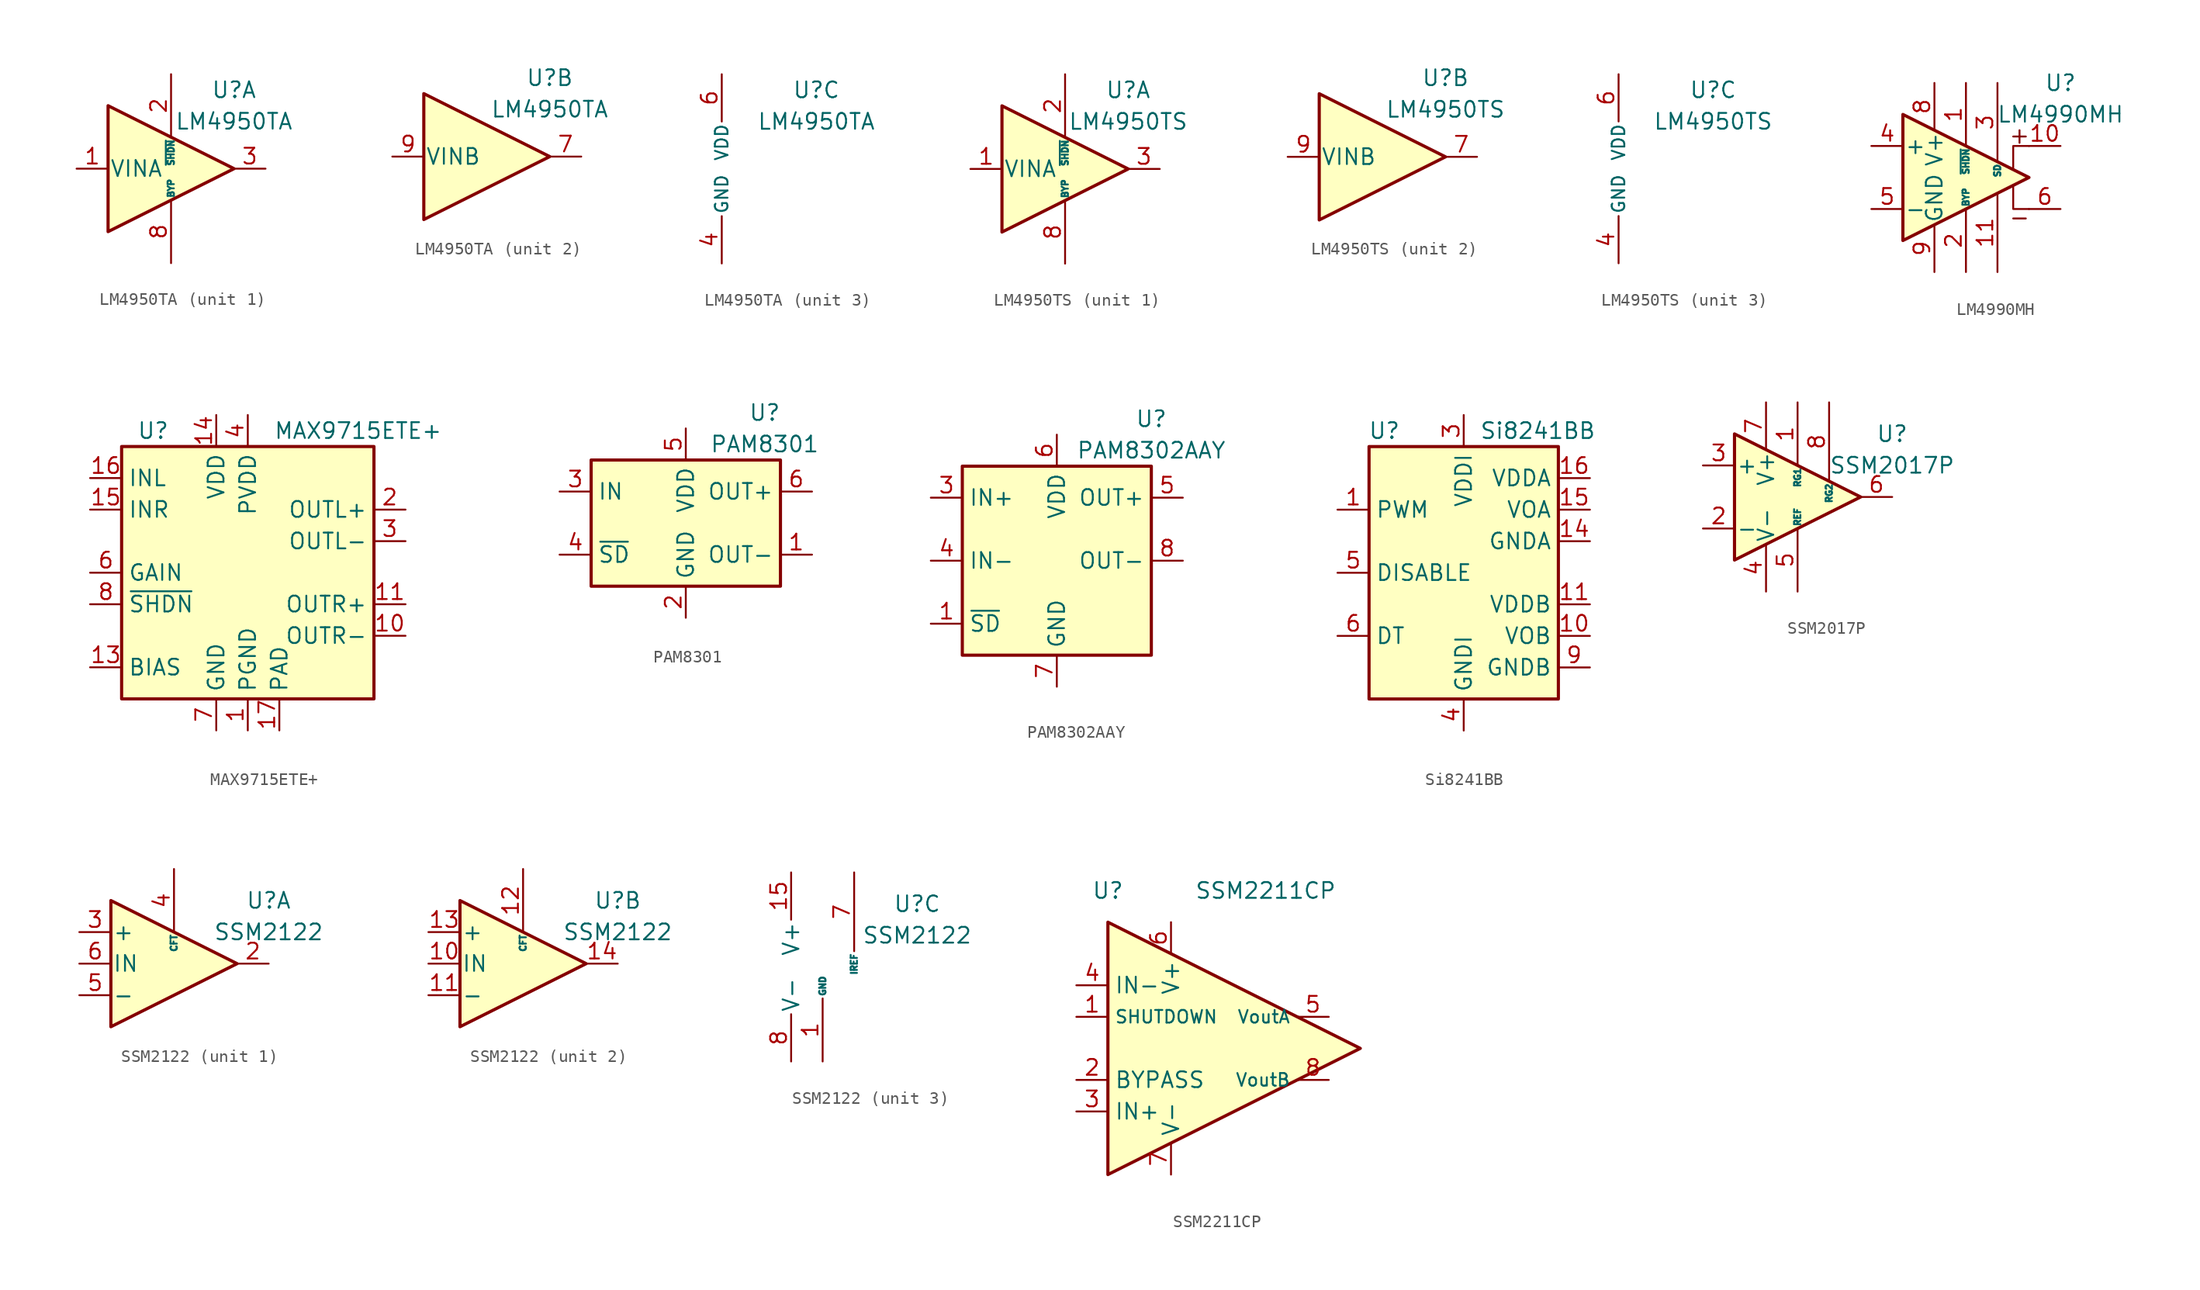
<source format=kicad_sym>
(kicad_symbol_lib
  (version 20211014)
  (generator kicad_symbol_editor)
  (symbol "LM4950TA"
    (pin_names
      (offset 0.127))
    (property "Reference" "U"
      (at 5.08 6.35 0)
      (effects (font (size 1.27 1.27))))
    (property "Value" "LM4950TA"
      (at 5.08 3.81 0)
      (effects (font (size 1.27 1.27))))
    (property "ki_locked" ""
      (at 0 0 0)
      (effects (font (size 1.27 1.27))))
    (symbol "LM4950TA_1_1"
      (polyline (pts (xy -5.08 5.08) (xy 5.08 0) (xy -5.08 -5.08) (xy -5.08 5.08)) (stroke (width 0.254) (type default) (color 0 0 0 0)) (fill (type background)))
      (pin input line (at -7.62 0 0) (length 2.54) (name "VINA" (effects (font (size 1.27 1.27)))) (number "1" (effects (font (size 1.27 1.27)))))
      (pin input line (at 0 7.62 270) (length 5.08) (name "~{SHDN}" (effects (font (size 0.508 0.508)))) (number "2" (effects (font (size 1.27 1.27)))))
      (pin output line (at 7.62 0 180) (length 2.54) (name "~" (effects (font (size 1.27 1.27)))) (number "3" (effects (font (size 1.27 1.27)))))
      (pin passive line (at 0 -7.62 90) (length 5.08) (name "BYP" (effects (font (size 0.508 0.508)))) (number "8" (effects (font (size 1.27 1.27))))))
    (symbol "LM4950TA_2_1"
      (polyline (pts (xy -5.08 5.08) (xy 5.08 0) (xy -5.08 -5.08) (xy -5.08 5.08)) (stroke (width 0.254) (type default) (color 0 0 0 0)) (fill (type background)))
      (pin output line (at 7.62 0 180) (length 2.54) (name "~" (effects (font (size 1.27 1.27)))) (number "7" (effects (font (size 1.27 1.27)))))
      (pin input line (at -7.62 0 0) (length 2.54) (name "VINB" (effects (font (size 1.27 1.27)))) (number "9" (effects (font (size 1.27 1.27))))))
    (symbol "LM4950TA_3_1"
      (pin power_in line (at -2.54 -7.62 90) (length 3.81) (name "GND" (effects (font (size 1.016 1.016)))) (number "4" (effects (font (size 1.27 1.27)))))
      (pin passive line (at -2.54 -7.62 90) (length 3.81) hide (name "GND" (effects (font (size 1.016 1.016)))) (number "5" (effects (font (size 1.27 1.27)))))
      (pin power_in line (at -2.54 7.62 270) (length 3.81) (name "VDD" (effects (font (size 1.016 1.016)))) (number "6" (effects (font (size 1.27 1.27)))))))
  (symbol "LM4950TS"
    (pin_names
      (offset 0.127))
    (property "Reference" "U"
      (at 5.08 6.35 0)
      (effects (font (size 1.27 1.27))))
    (property "Value" "LM4950TS"
      (at 5.08 3.81 0)
      (effects (font (size 1.27 1.27))))
    (property "ki_locked" ""
      (at 0 0 0)
      (effects (font (size 1.27 1.27))))
    (symbol "LM4950TS_1_1"
      (polyline (pts (xy -5.08 5.08) (xy 5.08 0) (xy -5.08 -5.08) (xy -5.08 5.08)) (stroke (width 0.254) (type default) (color 0 0 0 0)) (fill (type background)))
      (pin input line (at -7.62 0 0) (length 2.54) (name "VINA" (effects (font (size 1.27 1.27)))) (number "1" (effects (font (size 1.27 1.27)))))
      (pin input line (at 0 7.62 270) (length 5.08) (name "~{SHDN}" (effects (font (size 0.508 0.508)))) (number "2" (effects (font (size 1.27 1.27)))))
      (pin output line (at 7.62 0 180) (length 2.54) (name "~" (effects (font (size 1.27 1.27)))) (number "3" (effects (font (size 1.27 1.27)))))
      (pin passive line (at 0 -7.62 90) (length 5.08) (name "BYP" (effects (font (size 0.508 0.508)))) (number "8" (effects (font (size 1.27 1.27))))))
    (symbol "LM4950TS_2_1"
      (polyline (pts (xy -5.08 5.08) (xy 5.08 0) (xy -5.08 -5.08) (xy -5.08 5.08)) (stroke (width 0.254) (type default) (color 0 0 0 0)) (fill (type background)))
      (pin output line (at 7.62 0 180) (length 2.54) (name "~" (effects (font (size 1.27 1.27)))) (number "7" (effects (font (size 1.27 1.27)))))
      (pin input line (at -7.62 0 0) (length 2.54) (name "VINB" (effects (font (size 1.27 1.27)))) (number "9" (effects (font (size 1.27 1.27))))))
    (symbol "LM4950TS_3_1"
      (pin power_in line (at -2.54 -7.62 90) (length 3.81) (name "GND" (effects (font (size 1.016 1.016)))) (number "4" (effects (font (size 1.27 1.27)))))
      (pin passive line (at -2.54 -7.62 90) (length 3.81) hide (name "GND" (effects (font (size 1.016 1.016)))) (number "5" (effects (font (size 1.27 1.27)))))
      (pin power_in line (at -2.54 7.62 270) (length 3.81) (name "VDD" (effects (font (size 1.016 1.016)))) (number "6" (effects (font (size 1.27 1.27)))))))
  (symbol "LM4990MH"
    (pin_names
      (offset 0.127))
    (property "Reference" "U"
      (at 7.62 7.62 0)
      (effects (font (size 1.27 1.27))))
    (property "Value" "LM4990MH"
      (at 7.62 5.08 0)
      (effects (font (size 1.27 1.27))))
    (symbol "LM4990MH_0_1"
      (polyline (pts (xy 3.81 -0.635) (xy 3.81 -2.54) (xy 5.08 -2.54)) (stroke (width 0) (type default) (color 0 0 0 0)) (fill (type none)))
      (polyline (pts (xy 5.08 2.54) (xy 3.81 2.54) (xy 3.81 0.635)) (stroke (width 0) (type default) (color 0 0 0 0)) (fill (type none)))
      (polyline (pts (xy -5.08 5.08) (xy 5.08 0) (xy -5.08 -5.08) (xy -5.08 5.08)) (stroke (width 0.254) (type default) (color 0 0 0 0)) (fill (type background))))
    (symbol "LM4990MH_1_1"
      (polyline (pts (xy 3.81 -3.302) (xy 4.826 -3.302)) (stroke (width 0) (type default) (color 0 0 0 0)) (fill (type none)))
      (polyline (pts (xy 4.318 3.81) (xy 4.318 2.794)) (stroke (width 0) (type default) (color 0 0 0 0)) (fill (type none)))
      (polyline (pts (xy 4.826 3.302) (xy 3.81 3.302)) (stroke (width 0) (type default) (color 0 0 0 0)) (fill (type none)))
      (pin output line (at 0 7.62 270) (length 5.08) (name "~{SHDN}" (effects (font (size 0.508 0.508)))) (number "1" (effects (font (size 1.27 1.27)))))
      (pin output line (at 7.62 2.54 180) (length 2.54) (name "~" (effects (font (size 1.27 1.27)))) (number "10" (effects (font (size 1.27 1.27)))))
      (pin power_in line (at 2.54 -7.62 90) (length 6.35) (name "~" (effects (font (size 1.27 1.27)))) (number "11" (effects (font (size 1.27 1.27)))))
      (pin input line (at 0 -7.62 90) (length 5.08) (name "BYP" (effects (font (size 0.508 0.508)))) (number "2" (effects (font (size 1.27 1.27)))))
      (pin input line (at 2.54 7.62 270) (length 6.35) (name "SD" (effects (font (size 0.508 0.508)))) (number "3" (effects (font (size 1.27 1.27)))))
      (pin input line (at -7.62 2.54 0) (length 2.54) (name "+" (effects (font (size 1.27 1.27)))) (number "4" (effects (font (size 1.27 1.27)))))
      (pin input line (at -7.62 -2.54 0) (length 2.54) (name "-" (effects (font (size 1.27 1.27)))) (number "5" (effects (font (size 1.27 1.27)))))
      (pin output line (at 7.62 -2.54 180) (length 2.54) (name "~" (effects (font (size 1.27 1.27)))) (number "6" (effects (font (size 1.27 1.27)))))
      (pin no_connect line (at 0 2.54 270) (length 2.54) hide (name "NC" (effects (font (size 1.27 1.27)))) (number "7" (effects (font (size 1.27 1.27)))))
      (pin power_in line (at -2.54 7.62 270) (length 3.81) (name "V+" (effects (font (size 1.27 1.27)))) (number "8" (effects (font (size 1.27 1.27)))))
      (pin power_in line (at -2.54 -7.62 90) (length 3.81) (name "GND" (effects (font (size 1.27 1.27)))) (number "9" (effects (font (size 1.27 1.27)))))))
  (symbol "MAX9715ETE+"
    (property "Reference" "U"
      (at -7.62 11.43 0)
      (effects (font (size 1.27 1.27))))
    (property "Value" "MAX9715ETE+"
      (at 8.89 11.43 0)
      (effects (font (size 1.27 1.27))))
    (symbol "MAX9715ETE+_0_1"
      (rectangle (start -10.16 10.16) (end 10.16 -10.16) (stroke (width 0.254) (type default) (color 0 0 0 0)) (fill (type background))))
    (symbol "MAX9715ETE+_1_1"
      (pin power_in line (at 0 -12.7 90) (length 2.54) (name "PGND" (effects (font (size 1.27 1.27)))) (number "1" (effects (font (size 1.27 1.27)))))
      (pin output line (at 12.7 -5.08 180) (length 2.54) (name "OUTR-" (effects (font (size 1.27 1.27)))) (number "10" (effects (font (size 1.27 1.27)))))
      (pin output line (at 12.7 -2.54 180) (length 2.54) (name "OUTR+" (effects (font (size 1.27 1.27)))) (number "11" (effects (font (size 1.27 1.27)))))
      (pin passive line (at 0 -12.7 90) (length 2.54) hide (name "PGND" (effects (font (size 1.27 1.27)))) (number "12" (effects (font (size 1.27 1.27)))))
      (pin passive line (at -12.7 -7.62 0) (length 2.54) (name "BIAS" (effects (font (size 1.27 1.27)))) (number "13" (effects (font (size 1.27 1.27)))))
      (pin power_in line (at -2.54 12.7 270) (length 2.54) (name "VDD" (effects (font (size 1.27 1.27)))) (number "14" (effects (font (size 1.27 1.27)))))
      (pin input line (at -12.7 5.08 0) (length 2.54) (name "INR" (effects (font (size 1.27 1.27)))) (number "15" (effects (font (size 1.27 1.27)))))
      (pin input line (at -12.7 7.62 0) (length 2.54) (name "INL" (effects (font (size 1.27 1.27)))) (number "16" (effects (font (size 1.27 1.27)))))
      (pin passive line (at 2.54 -12.7 90) (length 2.54) (name "PAD" (effects (font (size 1.27 1.27)))) (number "17" (effects (font (size 1.27 1.27)))))
      (pin output line (at 12.7 5.08 180) (length 2.54) (name "OUTL+" (effects (font (size 1.27 1.27)))) (number "2" (effects (font (size 1.27 1.27)))))
      (pin output line (at 12.7 2.54 180) (length 2.54) (name "OUTL-" (effects (font (size 1.27 1.27)))) (number "3" (effects (font (size 1.27 1.27)))))
      (pin power_in line (at 0 12.7 270) (length 2.54) (name "PVDD" (effects (font (size 1.27 1.27)))) (number "4" (effects (font (size 1.27 1.27)))))
      (pin no_connect line (at 12.7 0 180) (length 2.54) hide (name "NC" (effects (font (size 1.27 1.27)))) (number "5" (effects (font (size 1.27 1.27)))))
      (pin input line (at -12.7 0 0) (length 2.54) (name "GAIN" (effects (font (size 1.27 1.27)))) (number "6" (effects (font (size 1.27 1.27)))))
      (pin power_in line (at -2.54 -12.7 90) (length 2.54) (name "GND" (effects (font (size 1.27 1.27)))) (number "7" (effects (font (size 1.27 1.27)))))
      (pin input line (at -12.7 -2.54 0) (length 2.54) (name "~{SHDN}" (effects (font (size 1.27 1.27)))) (number "8" (effects (font (size 1.27 1.27)))))
      (pin passive line (at 0 12.7 270) (length 2.54) hide (name "PVDD" (effects (font (size 1.27 1.27)))) (number "9" (effects (font (size 1.27 1.27)))))))
  (symbol "PAM8301"
    (property "Reference" "U"
      (at 6.35 8.89 0)
      (effects (font (size 1.27 1.27))))
    (property "Value" "PAM8301"
      (at 6.35 6.35 0)
      (effects (font (size 1.27 1.27))))
    (symbol "PAM8301_0_1"
      (rectangle (start -7.62 5.08) (end 7.62 -5.08) (stroke (width 0.254) (type default) (color 0 0 0 0)) (fill (type background))))
    (symbol "PAM8301_1_1"
      (pin output line (at 10.16 -2.54 180) (length 2.54) (name "OUT-" (effects (font (size 1.27 1.27)))) (number "1" (effects (font (size 1.27 1.27)))))
      (pin power_in line (at 0 -7.62 90) (length 2.54) (name "GND" (effects (font (size 1.27 1.27)))) (number "2" (effects (font (size 1.27 1.27)))))
      (pin input line (at -10.16 2.54 0) (length 2.54) (name "IN" (effects (font (size 1.27 1.27)))) (number "3" (effects (font (size 1.27 1.27)))))
      (pin input line (at -10.16 -2.54 0) (length 2.54) (name "~{SD}" (effects (font (size 1.27 1.27)))) (number "4" (effects (font (size 1.27 1.27)))))
      (pin power_in line (at 0 7.62 270) (length 2.54) (name "VDD" (effects (font (size 1.27 1.27)))) (number "5" (effects (font (size 1.27 1.27)))))
      (pin output line (at 10.16 2.54 180) (length 2.54) (name "OUT+" (effects (font (size 1.27 1.27)))) (number "6" (effects (font (size 1.27 1.27)))))))
  (symbol "PAM8302AAY"
    (property "Reference" "U"
      (at 7.62 11.43 0)
      (effects (font (size 1.27 1.27))))
    (property "Value" "PAM8302AAY"
      (at 7.62 8.89 0)
      (effects (font (size 1.27 1.27))))
    (symbol "PAM8302AAY_0_1"
      (rectangle (start -7.62 7.62) (end 7.62 -7.62) (stroke (width 0.254) (type default) (color 0 0 0 0)) (fill (type background))))
    (symbol "PAM8302AAY_1_1"
      (pin input line (at -10.16 -5.08 0) (length 2.54) (name "~{SD}" (effects (font (size 1.27 1.27)))) (number "1" (effects (font (size 1.27 1.27)))))
      (pin no_connect line (at 7.62 -5.08 180) (length 2.54) hide (name "NC" (effects (font (size 1.27 1.27)))) (number "2" (effects (font (size 1.27 1.27)))))
      (pin input line (at -10.16 5.08 0) (length 2.54) (name "IN+" (effects (font (size 1.27 1.27)))) (number "3" (effects (font (size 1.27 1.27)))))
      (pin input line (at -10.16 0 0) (length 2.54) (name "IN-" (effects (font (size 1.27 1.27)))) (number "4" (effects (font (size 1.27 1.27)))))
      (pin output line (at 10.16 5.08 180) (length 2.54) (name "OUT+" (effects (font (size 1.27 1.27)))) (number "5" (effects (font (size 1.27 1.27)))))
      (pin power_in line (at 0 10.16 270) (length 2.54) (name "VDD" (effects (font (size 1.27 1.27)))) (number "6" (effects (font (size 1.27 1.27)))))
      (pin power_in line (at 0 -10.16 90) (length 2.54) (name "GND" (effects (font (size 1.27 1.27)))) (number "7" (effects (font (size 1.27 1.27)))))
      (pin output line (at 10.16 0 180) (length 2.54) (name "OUT-" (effects (font (size 1.27 1.27)))) (number "8" (effects (font (size 1.27 1.27)))))))
  (symbol "Si8241BB"
    (property "Reference" "U"
      (at -5.08 11.43 0)
      (effects (font (size 1.27 1.27)) (justify right)))
    (property "Value" "Si8241BB"
      (at 1.27 11.43 0)
      (effects (font (size 1.27 1.27)) (justify left)))
    (symbol "Si8241BB_0_1"
      (rectangle (start -7.62 10.16) (end 7.62 -10.16) (stroke (width 0.254) (type default) (color 0 0 0 0)) (fill (type background))))
    (symbol "Si8241BB_1_1"
      (pin input line (at -10.16 5.08 0) (length 2.54) (name "PWM" (effects (font (size 1.27 1.27)))) (number "1" (effects (font (size 1.27 1.27)))))
      (pin output line (at 10.16 -5.08 180) (length 2.54) (name "VOB" (effects (font (size 1.27 1.27)))) (number "10" (effects (font (size 1.27 1.27)))))
      (pin power_in line (at 10.16 -2.54 180) (length 2.54) (name "VDDB" (effects (font (size 1.27 1.27)))) (number "11" (effects (font (size 1.27 1.27)))))
      (pin no_connect line (at -7.62 -2.54 0) (length 2.54) hide (name "NC" (effects (font (size 1.27 1.27)))) (number "12" (effects (font (size 1.27 1.27)))))
      (pin no_connect line (at -7.62 -7.62 0) (length 2.54) hide (name "NC" (effects (font (size 1.27 1.27)))) (number "13" (effects (font (size 1.27 1.27)))))
      (pin power_in line (at 10.16 2.54 180) (length 2.54) (name "GNDA" (effects (font (size 1.27 1.27)))) (number "14" (effects (font (size 1.27 1.27)))))
      (pin output line (at 10.16 5.08 180) (length 2.54) (name "VOA" (effects (font (size 1.27 1.27)))) (number "15" (effects (font (size 1.27 1.27)))))
      (pin power_in line (at 10.16 7.62 180) (length 2.54) (name "VDDA" (effects (font (size 1.27 1.27)))) (number "16" (effects (font (size 1.27 1.27)))))
      (pin no_connect line (at -7.62 7.62 0) (length 2.54) hide (name "NC" (effects (font (size 1.27 1.27)))) (number "2" (effects (font (size 1.27 1.27)))))
      (pin power_in line (at 0 12.7 270) (length 2.54) (name "VDDI" (effects (font (size 1.27 1.27)))) (number "3" (effects (font (size 1.27 1.27)))))
      (pin power_in line (at 0 -12.7 90) (length 2.54) (name "GNDI" (effects (font (size 1.27 1.27)))) (number "4" (effects (font (size 1.27 1.27)))))
      (pin input line (at -10.16 0 0) (length 2.54) (name "DISABLE" (effects (font (size 1.27 1.27)))) (number "5" (effects (font (size 1.27 1.27)))))
      (pin passive line (at -10.16 -5.08 0) (length 2.54) (name "DT" (effects (font (size 1.27 1.27)))) (number "6" (effects (font (size 1.27 1.27)))))
      (pin no_connect line (at -7.62 2.54 0) (length 2.54) hide (name "NC" (effects (font (size 1.27 1.27)))) (number "7" (effects (font (size 1.27 1.27)))))
      (pin passive line (at 0 12.7 270) (length 2.54) hide (name "VDDI" (effects (font (size 1.27 1.27)))) (number "8" (effects (font (size 1.27 1.27)))))
      (pin power_in line (at 10.16 -7.62 180) (length 2.54) (name "GNDB" (effects (font (size 1.27 1.27)))) (number "9" (effects (font (size 1.27 1.27)))))))
  (symbol "SSM2017P"
    (pin_names
      (offset 0.127))
    (property "Reference" "U"
      (at 7.62 5.08 0)
      (effects (font (size 1.27 1.27))))
    (property "Value" "SSM2017P"
      (at 7.62 2.54 0)
      (effects (font (size 1.27 1.27))))
    (symbol "SSM2017P_0_1"
      (polyline (pts (xy -5.08 5.08) (xy 5.08 0) (xy -5.08 -5.08) (xy -5.08 5.08)) (stroke (width 0.254) (type default) (color 0 0 0 0)) (fill (type background))))
    (symbol "SSM2017P_1_1"
      (pin input line (at 0 7.62 270) (length 5.08) (name "RG1" (effects (font (size 0.508 0.508)))) (number "1" (effects (font (size 1.27 1.27)))))
      (pin input line (at -7.62 -2.54 0) (length 2.54) (name "-" (effects (font (size 1.27 1.27)))) (number "2" (effects (font (size 1.27 1.27)))))
      (pin input line (at -7.62 2.54 0) (length 2.54) (name "+" (effects (font (size 1.27 1.27)))) (number "3" (effects (font (size 1.27 1.27)))))
      (pin power_in line (at -2.54 -7.62 90) (length 3.81) (name "V-" (effects (font (size 1.27 1.27)))) (number "4" (effects (font (size 1.27 1.27)))))
      (pin input line (at 0 -7.62 90) (length 5.08) (name "REF" (effects (font (size 0.508 0.508)))) (number "5" (effects (font (size 1.27 1.27)))))
      (pin output line (at 7.62 0 180) (length 2.54) (name "~" (effects (font (size 1.27 1.27)))) (number "6" (effects (font (size 1.27 1.27)))))
      (pin power_in line (at -2.54 7.62 270) (length 3.81) (name "V+" (effects (font (size 1.27 1.27)))) (number "7" (effects (font (size 1.27 1.27)))))
      (pin input line (at 2.54 7.62 270) (length 6.35) (name "RG2" (effects (font (size 0.508 0.508)))) (number "8" (effects (font (size 1.27 1.27)))))))
  (symbol "SSM2122"
    (pin_names
      (offset 0.127))
    (property "Reference" "U"
      (at 7.62 5.08 0)
      (effects (font (size 1.27 1.27))))
    (property "Value" "SSM2122"
      (at 7.62 2.54 0)
      (effects (font (size 1.27 1.27))))
    (property "ki_locked" ""
      (at 0 0 0)
      (effects (font (size 1.27 1.27))))
    (symbol "SSM2122_1_1"
      (polyline (pts (xy -5.08 5.08) (xy 5.08 0) (xy -5.08 -5.08) (xy -5.08 5.08)) (stroke (width 0.254) (type default) (color 0 0 0 0)) (fill (type background)))
      (pin output line (at 7.62 0 180) (length 2.54) (name "~" (effects (font (size 1.27 1.27)))) (number "2" (effects (font (size 1.27 1.27)))))
      (pin input line (at -7.62 2.54 0) (length 2.54) (name "+" (effects (font (size 1.27 1.27)))) (number "3" (effects (font (size 1.27 1.27)))))
      (pin input line (at 0 7.62 270) (length 5.08) (name "CFT" (effects (font (size 0.508 0.508)))) (number "4" (effects (font (size 1.27 1.27)))))
      (pin input line (at -7.62 -2.54 0) (length 2.54) (name "-" (effects (font (size 1.27 1.27)))) (number "5" (effects (font (size 1.27 1.27)))))
      (pin input line (at -7.62 0 0) (length 2.54) (name "IN" (effects (font (size 1.27 1.27)))) (number "6" (effects (font (size 1.27 1.27))))))
    (symbol "SSM2122_2_1"
      (polyline (pts (xy -5.08 5.08) (xy 5.08 0) (xy -5.08 -5.08) (xy -5.08 5.08)) (stroke (width 0.254) (type default) (color 0 0 0 0)) (fill (type background)))
      (pin input line (at -7.62 0 0) (length 2.54) (name "IN" (effects (font (size 1.27 1.27)))) (number "10" (effects (font (size 1.27 1.27)))))
      (pin input line (at -7.62 -2.54 0) (length 2.54) (name "-" (effects (font (size 1.27 1.27)))) (number "11" (effects (font (size 1.27 1.27)))))
      (pin input line (at 0 7.62 270) (length 5.08) (name "CFT" (effects (font (size 0.508 0.508)))) (number "12" (effects (font (size 1.27 1.27)))))
      (pin input line (at -7.62 2.54 0) (length 2.54) (name "+" (effects (font (size 1.27 1.27)))) (number "13" (effects (font (size 1.27 1.27)))))
      (pin output line (at 7.62 0 180) (length 2.54) (name "~" (effects (font (size 1.27 1.27)))) (number "14" (effects (font (size 1.27 1.27))))))
    (symbol "SSM2122_3_0"
      (pin power_in line (at 0 -7.62 90) (length 5.08) (name "GND" (effects (font (size 0.508 0.508)))) (number "1" (effects (font (size 1.27 1.27)))))
      (pin power_in line (at -2.54 7.62 270) (length 3.81) (name "V+" (effects (font (size 1.27 1.27)))) (number "15" (effects (font (size 1.27 1.27)))))
      (pin passive line (at 0 -7.62 90) (length 5.08) hide (name "GND" (effects (font (size 0.508 0.508)))) (number "16" (effects (font (size 1.27 1.27)))))
      (pin input line (at 2.54 7.62 270) (length 6.35) (name "IREF" (effects (font (size 0.508 0.508)))) (number "7" (effects (font (size 1.27 1.27)))))
      (pin power_in line (at -2.54 -7.62 90) (length 3.81) (name "V-" (effects (font (size 1.27 1.27)))) (number "8" (effects (font (size 1.27 1.27)))))
      (pin passive line (at 0 -7.62 90) (length 5.08) hide (name "GND" (effects (font (size 0.508 0.508)))) (number "9" (effects (font (size 1.27 1.27)))))))
  (symbol "SSM2211CP"
    (property "Reference" "U"
      (at -7.62 12.7 0)
      (effects (font (size 1.27 1.27))))
    (property "Value" "SSM2211CP"
      (at 5.08 12.7 0)
      (effects (font (size 1.27 1.27))))
    (symbol "SSM2211CP_0_1"
      (polyline (pts (xy -7.62 10.16) (xy -7.62 -10.16) (xy 12.7 0) (xy -7.62 10.16)) (stroke (width 0.254) (type default) (color 0 0 0 0)) (fill (type background))))
    (symbol "SSM2211CP_1_1"
      (pin input line (at -10.16 2.54 0) (length 2.54) (name "SHUTDOWN" (effects (font (size 1.016 1.016)))) (number "1" (effects (font (size 1.27 1.27)))))
      (pin passive line (at -10.16 -2.54 0) (length 2.54) (name "BYPASS" (effects (font (size 1.27 1.27)))) (number "2" (effects (font (size 1.27 1.27)))))
      (pin input line (at -10.16 -5.08 0) (length 2.54) (name "IN+" (effects (font (size 1.27 1.27)))) (number "3" (effects (font (size 1.27 1.27)))))
      (pin input line (at -10.16 5.08 0) (length 2.54) (name "IN-" (effects (font (size 1.27 1.27)))) (number "4" (effects (font (size 1.27 1.27)))))
      (pin output line (at 10.16 2.54 180) (length 2.54) (name "VoutA" (effects (font (size 1.016 1.016)))) (number "5" (effects (font (size 1.27 1.27)))))
      (pin power_in line (at -2.54 10.16 270) (length 2.54) (name "V+" (effects (font (size 1.27 1.27)))) (number "6" (effects (font (size 1.27 1.27)))))
      (pin power_in line (at -2.54 -10.16 90) (length 2.54) (name "V-" (effects (font (size 1.27 1.27)))) (number "7" (effects (font (size 1.27 1.27)))))
      (pin output line (at 10.16 -2.54 180) (length 2.54) (name "VoutB" (effects (font (size 1.016 1.016)))) (number "8" (effects (font (size 1.27 1.27)))))
      (pin passive line (at -2.54 -10.16 90) (length 2.54) hide (name "V-" (effects (font (size 1.27 1.27)))) (number "9" (effects (font (size 1.27 1.27))))))))
</source>
